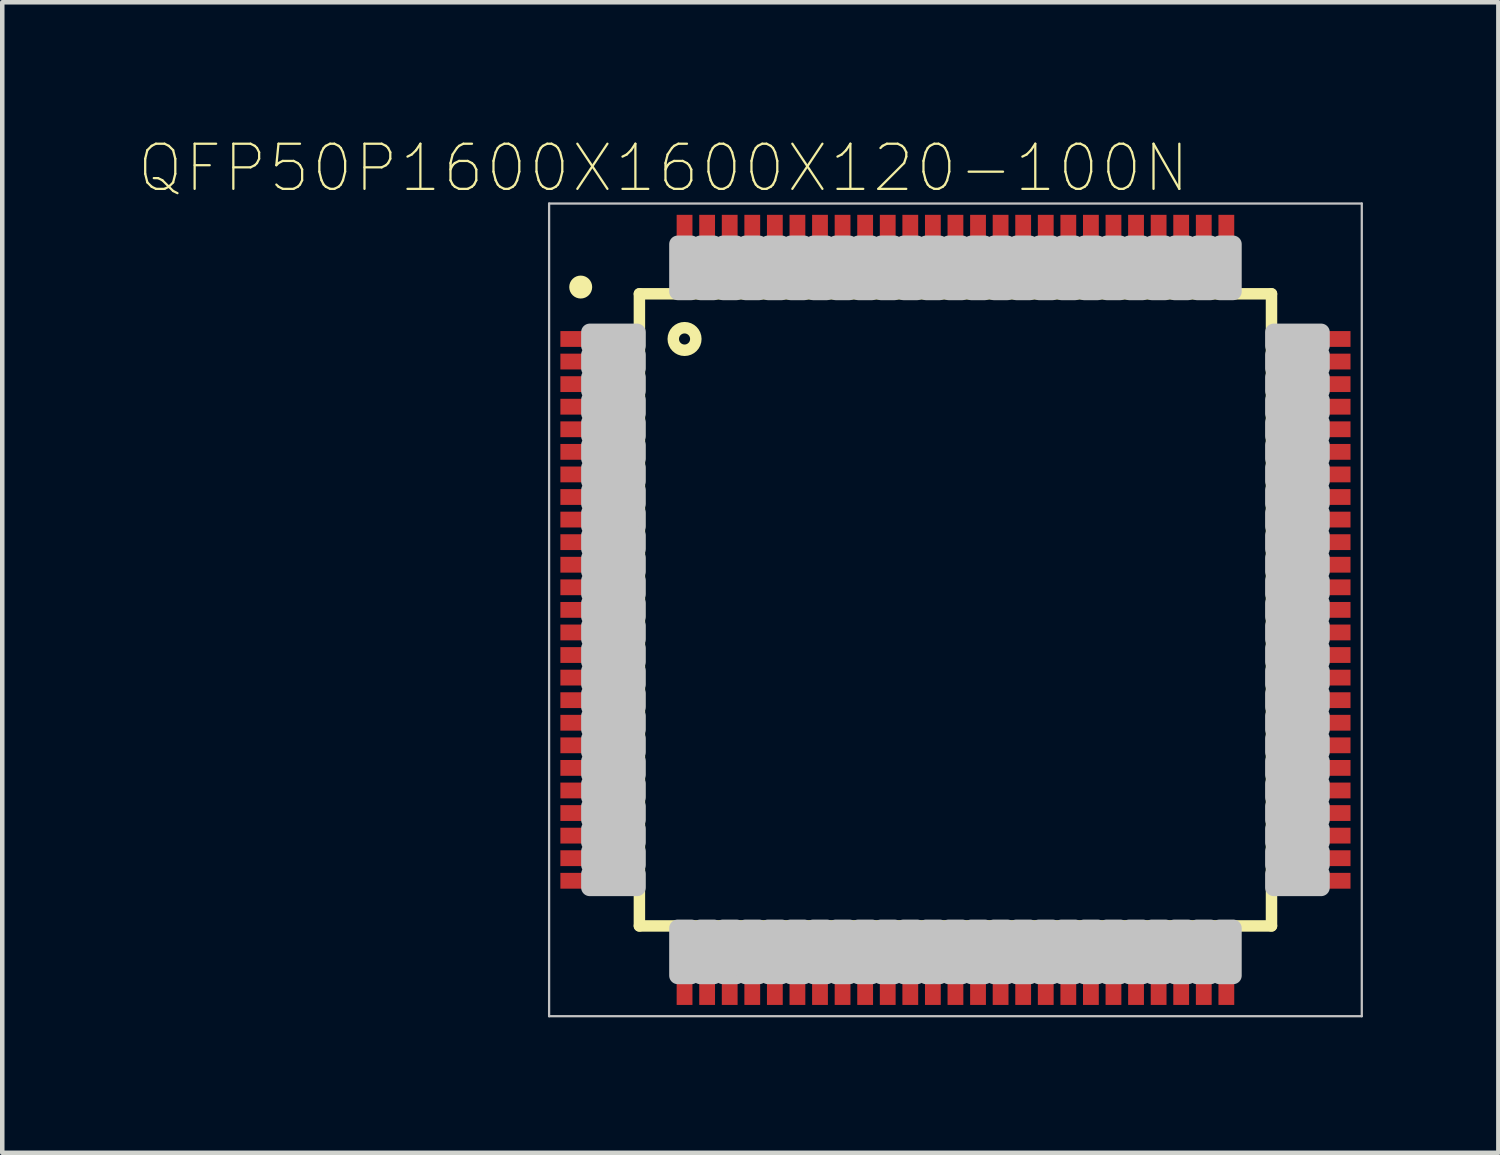
<source format=kicad_pcb>
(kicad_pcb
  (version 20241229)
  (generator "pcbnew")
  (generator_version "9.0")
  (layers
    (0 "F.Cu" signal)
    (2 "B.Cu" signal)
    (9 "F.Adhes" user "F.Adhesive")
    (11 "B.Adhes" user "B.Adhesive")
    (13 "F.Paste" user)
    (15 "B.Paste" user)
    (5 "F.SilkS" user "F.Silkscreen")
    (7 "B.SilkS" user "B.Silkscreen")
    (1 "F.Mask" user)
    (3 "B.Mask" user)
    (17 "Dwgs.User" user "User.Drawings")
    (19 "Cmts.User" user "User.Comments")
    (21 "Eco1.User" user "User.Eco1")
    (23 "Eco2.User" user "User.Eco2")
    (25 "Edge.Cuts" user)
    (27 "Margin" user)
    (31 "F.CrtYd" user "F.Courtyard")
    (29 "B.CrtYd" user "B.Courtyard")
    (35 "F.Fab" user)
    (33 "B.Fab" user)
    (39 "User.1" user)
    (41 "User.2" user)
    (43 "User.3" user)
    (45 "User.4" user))
  (footprint "QFP50P1600X1600X120-100N"
    (layer "F.Cu")
    (at 18.112 10.458)
    (property "Reference" "QFP50P1600X1600X120-100N" (at -6.47 -9.785 0) (layer "F.SilkS") (effects (font (size 1 1) (thickness 0.05))))
    (attr smd)
    (fp_line (start -7 -7) (end 7 -7) (stroke (width 0.254) (type solid)) (layer "F.SilkS"))
    (fp_line (start -7 7) (end -7 -7) (stroke (width 0.254) (type solid)) (layer "F.SilkS"))
    (fp_line (start 7 -7) (end 7 7) (stroke (width 0.254) (type solid)) (layer "F.SilkS"))
    (fp_line (start 7 7) (end -7 7) (stroke (width 0.254) (type solid)) (layer "F.SilkS"))
    (fp_circle (center -8.3 -7.15) (end -8.046 -7.15) (stroke (width 0) (type solid)) (fill yes) (layer "F.SilkS"))
    (fp_circle (center -6 -6) (end -5.75 -6) (stroke (width 0.254) (type solid)) (fill no) (layer "F.SilkS"))
    (fp_line (start -9 -9) (end 9 -9) (stroke (width 0.05) (type solid)) (layer "Dwgs.User"))
    (fp_line (start -9 9) (end -9 -9) (stroke (width 0.05) (type solid)) (layer "Dwgs.User"))
    (fp_line (start 9 -9) (end 9 9) (stroke (width 0.05) (type solid)) (layer "Dwgs.User"))
    (fp_line (start 9 9) (end -9 9) (stroke (width 0.05) (type solid)) (layer "Dwgs.User"))
    (fp_poly (pts (xy -8.1 -6.15) (xy -7.05 -6.15) (xy -7.05 -5.85) (xy -8.1 -5.85)) (stroke (width 0.381) (type solid)) (fill no) (layer "Dwgs.User"))
    (fp_poly (pts (xy -8.1 -5.65) (xy -7.05 -5.65) (xy -7.05 -5.35) (xy -8.1 -5.35)) (stroke (width 0.381) (type solid)) (fill no) (layer "Dwgs.User"))
    (fp_poly (pts (xy -8.1 -5.15) (xy -7.05 -5.15) (xy -7.05 -4.85) (xy -8.1 -4.85)) (stroke (width 0.381) (type solid)) (fill no) (layer "Dwgs.User"))
    (fp_poly (pts (xy -8.1 -4.65) (xy -7.05 -4.65) (xy -7.05 -4.35) (xy -8.1 -4.35)) (stroke (width 0.381) (type solid)) (fill no) (layer "Dwgs.User"))
    (fp_poly (pts (xy -8.1 -4.15) (xy -7.05 -4.15) (xy -7.05 -3.85) (xy -8.1 -3.85)) (stroke (width 0.381) (type solid)) (fill no) (layer "Dwgs.User"))
    (fp_poly (pts (xy -8.1 -3.65) (xy -7.05 -3.65) (xy -7.05 -3.35) (xy -8.1 -3.35)) (stroke (width 0.381) (type solid)) (fill no) (layer "Dwgs.User"))
    (fp_poly (pts (xy -8.1 -3.15) (xy -7.05 -3.15) (xy -7.05 -2.85) (xy -8.1 -2.85)) (stroke (width 0.381) (type solid)) (fill no) (layer "Dwgs.User"))
    (fp_poly (pts (xy -8.1 -2.65) (xy -7.05 -2.65) (xy -7.05 -2.35) (xy -8.1 -2.35)) (stroke (width 0.381) (type solid)) (fill no) (layer "Dwgs.User"))
    (fp_poly (pts (xy -8.1 -2.15) (xy -7.05 -2.15) (xy -7.05 -1.85) (xy -8.1 -1.85)) (stroke (width 0.381) (type solid)) (fill no) (layer "Dwgs.User"))
    (fp_poly (pts (xy -8.1 -1.65) (xy -7.05 -1.65) (xy -7.05 -1.35) (xy -8.1 -1.35)) (stroke (width 0.381) (type solid)) (fill no) (layer "Dwgs.User"))
    (fp_poly (pts (xy -8.1 -1.15) (xy -7.05 -1.15) (xy -7.05 -0.85) (xy -8.1 -0.85)) (stroke (width 0.381) (type solid)) (fill no) (layer "Dwgs.User"))
    (fp_poly (pts (xy -8.1 -0.65) (xy -7.05 -0.65) (xy -7.05 -0.35) (xy -8.1 -0.35)) (stroke (width 0.381) (type solid)) (fill no) (layer "Dwgs.User"))
    (fp_poly (pts (xy -8.1 -0.15) (xy -7.05 -0.15) (xy -7.05 0.15) (xy -8.1 0.15)) (stroke (width 0.381) (type solid)) (fill no) (layer "Dwgs.User"))
    (fp_poly (pts (xy -8.1 0.35) (xy -7.05 0.35) (xy -7.05 0.65) (xy -8.1 0.65)) (stroke (width 0.381) (type solid)) (fill no) (layer "Dwgs.User"))
    (fp_poly (pts (xy -8.1 0.85) (xy -7.05 0.85) (xy -7.05 1.15) (xy -8.1 1.15)) (stroke (width 0.381) (type solid)) (fill no) (layer "Dwgs.User"))
    (fp_poly (pts (xy -8.1 1.35) (xy -7.05 1.35) (xy -7.05 1.65) (xy -8.1 1.65)) (stroke (width 0.381) (type solid)) (fill no) (layer "Dwgs.User"))
    (fp_poly (pts (xy -8.1 1.85) (xy -7.05 1.85) (xy -7.05 2.15) (xy -8.1 2.15)) (stroke (width 0.381) (type solid)) (fill no) (layer "Dwgs.User"))
    (fp_poly (pts (xy -8.1 2.35) (xy -7.05 2.35) (xy -7.05 2.65) (xy -8.1 2.65)) (stroke (width 0.381) (type solid)) (fill no) (layer "Dwgs.User"))
    (fp_poly (pts (xy -8.1 2.85) (xy -7.05 2.85) (xy -7.05 3.15) (xy -8.1 3.15)) (stroke (width 0.381) (type solid)) (fill no) (layer "Dwgs.User"))
    (fp_poly (pts (xy -8.1 3.35) (xy -7.05 3.35) (xy -7.05 3.65) (xy -8.1 3.65)) (stroke (width 0.381) (type solid)) (fill no) (layer "Dwgs.User"))
    (fp_poly (pts (xy -8.1 3.85) (xy -7.05 3.85) (xy -7.05 4.15) (xy -8.1 4.15)) (stroke (width 0.381) (type solid)) (fill no) (layer "Dwgs.User"))
    (fp_poly (pts (xy -8.1 4.35) (xy -7.05 4.35) (xy -7.05 4.65) (xy -8.1 4.65)) (stroke (width 0.381) (type solid)) (fill no) (layer "Dwgs.User"))
    (fp_poly (pts (xy -8.1 4.85) (xy -7.05 4.85) (xy -7.05 5.15) (xy -8.1 5.15)) (stroke (width 0.381) (type solid)) (fill no) (layer "Dwgs.User"))
    (fp_poly (pts (xy -8.1 5.35) (xy -7.05 5.35) (xy -7.05 5.65) (xy -8.1 5.65)) (stroke (width 0.381) (type solid)) (fill no) (layer "Dwgs.User"))
    (fp_poly (pts (xy -8.1 5.85) (xy -7.05 5.85) (xy -7.05 6.15) (xy -8.1 6.15)) (stroke (width 0.381) (type solid)) (fill no) (layer "Dwgs.User"))
    (fp_poly (pts (xy -6.15 -8.1) (xy -5.85 -8.1) (xy -5.85 -7.05) (xy -6.15 -7.05)) (stroke (width 0.381) (type solid)) (fill no) (layer "Dwgs.User"))
    (fp_poly (pts (xy -6.15 7.05) (xy -5.85 7.05) (xy -5.85 8.1) (xy -6.15 8.1)) (stroke (width 0.381) (type solid)) (fill no) (layer "Dwgs.User"))
    (fp_poly (pts (xy -5.65 -8.1) (xy -5.35 -8.1) (xy -5.35 -7.05) (xy -5.65 -7.05)) (stroke (width 0.381) (type solid)) (fill no) (layer "Dwgs.User"))
    (fp_poly (pts (xy -5.65 7.05) (xy -5.35 7.05) (xy -5.35 8.1) (xy -5.65 8.1)) (stroke (width 0.381) (type solid)) (fill no) (layer "Dwgs.User"))
    (fp_poly (pts (xy -5.15 -8.1) (xy -4.85 -8.1) (xy -4.85 -7.05) (xy -5.15 -7.05)) (stroke (width 0.381) (type solid)) (fill no) (layer "Dwgs.User"))
    (fp_poly (pts (xy -5.15 7.05) (xy -4.85 7.05) (xy -4.85 8.1) (xy -5.15 8.1)) (stroke (width 0.381) (type solid)) (fill no) (layer "Dwgs.User"))
    (fp_poly (pts (xy -4.65 -8.1) (xy -4.35 -8.1) (xy -4.35 -7.05) (xy -4.65 -7.05)) (stroke (width 0.381) (type solid)) (fill no) (layer "Dwgs.User"))
    (fp_poly (pts (xy -4.65 7.05) (xy -4.35 7.05) (xy -4.35 8.1) (xy -4.65 8.1)) (stroke (width 0.381) (type solid)) (fill no) (layer "Dwgs.User"))
    (fp_poly (pts (xy -4.15 -8.1) (xy -3.85 -8.1) (xy -3.85 -7.05) (xy -4.15 -7.05)) (stroke (width 0.381) (type solid)) (fill no) (layer "Dwgs.User"))
    (fp_poly (pts (xy -4.15 7.05) (xy -3.85 7.05) (xy -3.85 8.1) (xy -4.15 8.1)) (stroke (width 0.381) (type solid)) (fill no) (layer "Dwgs.User"))
    (fp_poly (pts (xy -3.65 -8.1) (xy -3.35 -8.1) (xy -3.35 -7.05) (xy -3.65 -7.05)) (stroke (width 0.381) (type solid)) (fill no) (layer "Dwgs.User"))
    (fp_poly (pts (xy -3.65 7.05) (xy -3.35 7.05) (xy -3.35 8.1) (xy -3.65 8.1)) (stroke (width 0.381) (type solid)) (fill no) (layer "Dwgs.User"))
    (fp_poly (pts (xy -3.15 -8.1) (xy -2.85 -8.1) (xy -2.85 -7.05) (xy -3.15 -7.05)) (stroke (width 0.381) (type solid)) (fill no) (layer "Dwgs.User"))
    (fp_poly (pts (xy -3.15 7.05) (xy -2.85 7.05) (xy -2.85 8.1) (xy -3.15 8.1)) (stroke (width 0.381) (type solid)) (fill no) (layer "Dwgs.User"))
    (fp_poly (pts (xy -2.65 -8.1) (xy -2.35 -8.1) (xy -2.35 -7.05) (xy -2.65 -7.05)) (stroke (width 0.381) (type solid)) (fill no) (layer "Dwgs.User"))
    (fp_poly (pts (xy -2.65 7.05) (xy -2.35 7.05) (xy -2.35 8.1) (xy -2.65 8.1)) (stroke (width 0.381) (type solid)) (fill no) (layer "Dwgs.User"))
    (fp_poly (pts (xy -2.15 -8.1) (xy -1.85 -8.1) (xy -1.85 -7.05) (xy -2.15 -7.05)) (stroke (width 0.381) (type solid)) (fill no) (layer "Dwgs.User"))
    (fp_poly (pts (xy -2.15 7.05) (xy -1.85 7.05) (xy -1.85 8.1) (xy -2.15 8.1)) (stroke (width 0.381) (type solid)) (fill no) (layer "Dwgs.User"))
    (fp_poly (pts (xy -1.65 -8.1) (xy -1.35 -8.1) (xy -1.35 -7.05) (xy -1.65 -7.05)) (stroke (width 0.381) (type solid)) (fill no) (layer "Dwgs.User"))
    (fp_poly (pts (xy -1.65 7.05) (xy -1.35 7.05) (xy -1.35 8.1) (xy -1.65 8.1)) (stroke (width 0.381) (type solid)) (fill no) (layer "Dwgs.User"))
    (fp_poly (pts (xy -1.15 -8.1) (xy -0.85 -8.1) (xy -0.85 -7.05) (xy -1.15 -7.05)) (stroke (width 0.381) (type solid)) (fill no) (layer "Dwgs.User"))
    (fp_poly (pts (xy -1.15 7.05) (xy -0.85 7.05) (xy -0.85 8.1) (xy -1.15 8.1)) (stroke (width 0.381) (type solid)) (fill no) (layer "Dwgs.User"))
    (fp_poly (pts (xy -0.65 -8.1) (xy -0.35 -8.1) (xy -0.35 -7.05) (xy -0.65 -7.05)) (stroke (width 0.381) (type solid)) (fill no) (layer "Dwgs.User"))
    (fp_poly (pts (xy -0.65 7.05) (xy -0.35 7.05) (xy -0.35 8.1) (xy -0.65 8.1)) (stroke (width 0.381) (type solid)) (fill no) (layer "Dwgs.User"))
    (fp_poly (pts (xy -0.15 -8.1) (xy 0.15 -8.1) (xy 0.15 -7.05) (xy -0.15 -7.05)) (stroke (width 0.381) (type solid)) (fill no) (layer "Dwgs.User"))
    (fp_poly (pts (xy -0.15 7.05) (xy 0.15 7.05) (xy 0.15 8.1) (xy -0.15 8.1)) (stroke (width 0.381) (type solid)) (fill no) (layer "Dwgs.User"))
    (fp_poly (pts (xy 0.35 -8.1) (xy 0.65 -8.1) (xy 0.65 -7.05) (xy 0.35 -7.05)) (stroke (width 0.381) (type solid)) (fill no) (layer "Dwgs.User"))
    (fp_poly (pts (xy 0.35 7.05) (xy 0.65 7.05) (xy 0.65 8.1) (xy 0.35 8.1)) (stroke (width 0.381) (type solid)) (fill no) (layer "Dwgs.User"))
    (fp_poly (pts (xy 0.85 -8.1) (xy 1.15 -8.1) (xy 1.15 -7.05) (xy 0.85 -7.05)) (stroke (width 0.381) (type solid)) (fill no) (layer "Dwgs.User"))
    (fp_poly (pts (xy 0.85 7.05) (xy 1.15 7.05) (xy 1.15 8.1) (xy 0.85 8.1)) (stroke (width 0.381) (type solid)) (fill no) (layer "Dwgs.User"))
    (fp_poly (pts (xy 1.35 -8.1) (xy 1.65 -8.1) (xy 1.65 -7.05) (xy 1.35 -7.05)) (stroke (width 0.381) (type solid)) (fill no) (layer "Dwgs.User"))
    (fp_poly (pts (xy 1.35 7.05) (xy 1.65 7.05) (xy 1.65 8.1) (xy 1.35 8.1)) (stroke (width 0.381) (type solid)) (fill no) (layer "Dwgs.User"))
    (fp_poly (pts (xy 1.85 -8.1) (xy 2.15 -8.1) (xy 2.15 -7.05) (xy 1.85 -7.05)) (stroke (width 0.381) (type solid)) (fill no) (layer "Dwgs.User"))
    (fp_poly (pts (xy 1.85 7.05) (xy 2.15 7.05) (xy 2.15 8.1) (xy 1.85 8.1)) (stroke (width 0.381) (type solid)) (fill no) (layer "Dwgs.User"))
    (fp_poly (pts (xy 2.35 -8.1) (xy 2.65 -8.1) (xy 2.65 -7.05) (xy 2.35 -7.05)) (stroke (width 0.381) (type solid)) (fill no) (layer "Dwgs.User"))
    (fp_poly (pts (xy 2.35 7.05) (xy 2.65 7.05) (xy 2.65 8.1) (xy 2.35 8.1)) (stroke (width 0.381) (type solid)) (fill no) (layer "Dwgs.User"))
    (fp_poly (pts (xy 2.85 -8.1) (xy 3.15 -8.1) (xy 3.15 -7.05) (xy 2.85 -7.05)) (stroke (width 0.381) (type solid)) (fill no) (layer "Dwgs.User"))
    (fp_poly (pts (xy 2.85 7.05) (xy 3.15 7.05) (xy 3.15 8.1) (xy 2.85 8.1)) (stroke (width 0.381) (type solid)) (fill no) (layer "Dwgs.User"))
    (fp_poly (pts (xy 3.35 -8.1) (xy 3.65 -8.1) (xy 3.65 -7.05) (xy 3.35 -7.05)) (stroke (width 0.381) (type solid)) (fill no) (layer "Dwgs.User"))
    (fp_poly (pts (xy 3.35 7.05) (xy 3.65 7.05) (xy 3.65 8.1) (xy 3.35 8.1)) (stroke (width 0.381) (type solid)) (fill no) (layer "Dwgs.User"))
    (fp_poly (pts (xy 3.85 -8.1) (xy 4.15 -8.1) (xy 4.15 -7.05) (xy 3.85 -7.05)) (stroke (width 0.381) (type solid)) (fill no) (layer "Dwgs.User"))
    (fp_poly (pts (xy 3.85 7.05) (xy 4.15 7.05) (xy 4.15 8.1) (xy 3.85 8.1)) (stroke (width 0.381) (type solid)) (fill no) (layer "Dwgs.User"))
    (fp_poly (pts (xy 4.35 -8.1) (xy 4.65 -8.1) (xy 4.65 -7.05) (xy 4.35 -7.05)) (stroke (width 0.381) (type solid)) (fill no) (layer "Dwgs.User"))
    (fp_poly (pts (xy 4.35 7.05) (xy 4.65 7.05) (xy 4.65 8.1) (xy 4.35 8.1)) (stroke (width 0.381) (type solid)) (fill no) (layer "Dwgs.User"))
    (fp_poly (pts (xy 4.85 -8.1) (xy 5.15 -8.1) (xy 5.15 -7.05) (xy 4.85 -7.05)) (stroke (width 0.381) (type solid)) (fill no) (layer "Dwgs.User"))
    (fp_poly (pts (xy 4.85 7.05) (xy 5.15 7.05) (xy 5.15 8.1) (xy 4.85 8.1)) (stroke (width 0.381) (type solid)) (fill no) (layer "Dwgs.User"))
    (fp_poly (pts (xy 5.35 -8.1) (xy 5.65 -8.1) (xy 5.65 -7.05) (xy 5.35 -7.05)) (stroke (width 0.381) (type solid)) (fill no) (layer "Dwgs.User"))
    (fp_poly (pts (xy 5.35 7.05) (xy 5.65 7.05) (xy 5.65 8.1) (xy 5.35 8.1)) (stroke (width 0.381) (type solid)) (fill no) (layer "Dwgs.User"))
    (fp_poly (pts (xy 5.85 -8.1) (xy 6.15 -8.1) (xy 6.15 -7.05) (xy 5.85 -7.05)) (stroke (width 0.381) (type solid)) (fill no) (layer "Dwgs.User"))
    (fp_poly (pts (xy 5.85 7.05) (xy 6.15 7.05) (xy 6.15 8.1) (xy 5.85 8.1)) (stroke (width 0.381) (type solid)) (fill no) (layer "Dwgs.User"))
    (fp_poly (pts (xy 7.05 -6.15) (xy 8.1 -6.15) (xy 8.1 -5.85) (xy 7.05 -5.85)) (stroke (width 0.381) (type solid)) (fill no) (layer "Dwgs.User"))
    (fp_poly (pts (xy 7.05 -5.65) (xy 8.1 -5.65) (xy 8.1 -5.35) (xy 7.05 -5.35)) (stroke (width 0.381) (type solid)) (fill no) (layer "Dwgs.User"))
    (fp_poly (pts (xy 7.05 -5.15) (xy 8.1 -5.15) (xy 8.1 -4.85) (xy 7.05 -4.85)) (stroke (width 0.381) (type solid)) (fill no) (layer "Dwgs.User"))
    (fp_poly (pts (xy 7.05 -4.65) (xy 8.1 -4.65) (xy 8.1 -4.35) (xy 7.05 -4.35)) (stroke (width 0.381) (type solid)) (fill no) (layer "Dwgs.User"))
    (fp_poly (pts (xy 7.05 -4.15) (xy 8.1 -4.15) (xy 8.1 -3.85) (xy 7.05 -3.85)) (stroke (width 0.381) (type solid)) (fill no) (layer "Dwgs.User"))
    (fp_poly (pts (xy 7.05 -3.65) (xy 8.1 -3.65) (xy 8.1 -3.35) (xy 7.05 -3.35)) (stroke (width 0.381) (type solid)) (fill no) (layer "Dwgs.User"))
    (fp_poly (pts (xy 7.05 -3.15) (xy 8.1 -3.15) (xy 8.1 -2.85) (xy 7.05 -2.85)) (stroke (width 0.381) (type solid)) (fill no) (layer "Dwgs.User"))
    (fp_poly (pts (xy 7.05 -2.65) (xy 8.1 -2.65) (xy 8.1 -2.35) (xy 7.05 -2.35)) (stroke (width 0.381) (type solid)) (fill no) (layer "Dwgs.User"))
    (fp_poly (pts (xy 7.05 -2.15) (xy 8.1 -2.15) (xy 8.1 -1.85) (xy 7.05 -1.85)) (stroke (width 0.381) (type solid)) (fill no) (layer "Dwgs.User"))
    (fp_poly (pts (xy 7.05 -1.65) (xy 8.1 -1.65) (xy 8.1 -1.35) (xy 7.05 -1.35)) (stroke (width 0.381) (type solid)) (fill no) (layer "Dwgs.User"))
    (fp_poly (pts (xy 7.05 -1.15) (xy 8.1 -1.15) (xy 8.1 -0.85) (xy 7.05 -0.85)) (stroke (width 0.381) (type solid)) (fill no) (layer "Dwgs.User"))
    (fp_poly (pts (xy 7.05 -0.65) (xy 8.1 -0.65) (xy 8.1 -0.35) (xy 7.05 -0.35)) (stroke (width 0.381) (type solid)) (fill no) (layer "Dwgs.User"))
    (fp_poly (pts (xy 7.05 -0.15) (xy 8.1 -0.15) (xy 8.1 0.15) (xy 7.05 0.15)) (stroke (width 0.381) (type solid)) (fill no) (layer "Dwgs.User"))
    (fp_poly (pts (xy 7.05 0.35) (xy 8.1 0.35) (xy 8.1 0.65) (xy 7.05 0.65)) (stroke (width 0.381) (type solid)) (fill no) (layer "Dwgs.User"))
    (fp_poly (pts (xy 7.05 0.85) (xy 8.1 0.85) (xy 8.1 1.15) (xy 7.05 1.15)) (stroke (width 0.381) (type solid)) (fill no) (layer "Dwgs.User"))
    (fp_poly (pts (xy 7.05 1.35) (xy 8.1 1.35) (xy 8.1 1.65) (xy 7.05 1.65)) (stroke (width 0.381) (type solid)) (fill no) (layer "Dwgs.User"))
    (fp_poly (pts (xy 7.05 1.85) (xy 8.1 1.85) (xy 8.1 2.15) (xy 7.05 2.15)) (stroke (width 0.381) (type solid)) (fill no) (layer "Dwgs.User"))
    (fp_poly (pts (xy 7.05 2.35) (xy 8.1 2.35) (xy 8.1 2.65) (xy 7.05 2.65)) (stroke (width 0.381) (type solid)) (fill no) (layer "Dwgs.User"))
    (fp_poly (pts (xy 7.05 2.85) (xy 8.1 2.85) (xy 8.1 3.15) (xy 7.05 3.15)) (stroke (width 0.381) (type solid)) (fill no) (layer "Dwgs.User"))
    (fp_poly (pts (xy 7.05 3.35) (xy 8.1 3.35) (xy 8.1 3.65) (xy 7.05 3.65)) (stroke (width 0.381) (type solid)) (fill no) (layer "Dwgs.User"))
    (fp_poly (pts (xy 7.05 3.85) (xy 8.1 3.85) (xy 8.1 4.15) (xy 7.05 4.15)) (stroke (width 0.381) (type solid)) (fill no) (layer "Dwgs.User"))
    (fp_poly (pts (xy 7.05 4.35) (xy 8.1 4.35) (xy 8.1 4.65) (xy 7.05 4.65)) (stroke (width 0.381) (type solid)) (fill no) (layer "Dwgs.User"))
    (fp_poly (pts (xy 7.05 4.85) (xy 8.1 4.85) (xy 8.1 5.15) (xy 7.05 5.15)) (stroke (width 0.381) (type solid)) (fill no) (layer "Dwgs.User"))
    (fp_poly (pts (xy 7.05 5.35) (xy 8.1 5.35) (xy 8.1 5.65) (xy 7.05 5.65)) (stroke (width 0.381) (type solid)) (fill no) (layer "Dwgs.User"))
    (fp_poly (pts (xy 7.05 5.85) (xy 8.1 5.85) (xy 8.1 6.15) (xy 7.05 6.15)) (stroke (width 0.381) (type solid)) (fill no) (layer "Dwgs.User"))
    (pad "1" smd rect (at -8 -6) (size 1.5 0.35) (layers "F.Cu" "F.Mask" "F.Paste"))
    (pad "2" smd rect (at -8 -5.5) (size 1.5 0.35) (layers "F.Cu" "F.Mask" "F.Paste"))
    (pad "3" smd rect (at -8 -5) (size 1.5 0.35) (layers "F.Cu" "F.Mask" "F.Paste"))
    (pad "4" smd rect (at -8 -4.5) (size 1.5 0.35) (layers "F.Cu" "F.Mask" "F.Paste"))
    (pad "5" smd rect (at -8 -4) (size 1.5 0.35) (layers "F.Cu" "F.Mask" "F.Paste"))
    (pad "6" smd rect (at -8 -3.5) (size 1.5 0.35) (layers "F.Cu" "F.Mask" "F.Paste"))
    (pad "7" smd rect (at -8 -3) (size 1.5 0.35) (layers "F.Cu" "F.Mask" "F.Paste"))
    (pad "8" smd rect (at -8 -2.5) (size 1.5 0.35) (layers "F.Cu" "F.Mask" "F.Paste"))
    (pad "9" smd rect (at -8 -2) (size 1.5 0.35) (layers "F.Cu" "F.Mask" "F.Paste"))
    (pad "10" smd rect (at -8 -1.5) (size 1.5 0.35) (layers "F.Cu" "F.Mask" "F.Paste"))
    (pad "11" smd rect (at -8 -1) (size 1.5 0.35) (layers "F.Cu" "F.Mask" "F.Paste"))
    (pad "12" smd rect (at -8 -0.5) (size 1.5 0.35) (layers "F.Cu" "F.Mask" "F.Paste"))
    (pad "13" smd rect (at -8 0) (size 1.5 0.35) (layers "F.Cu" "F.Mask" "F.Paste"))
    (pad "14" smd rect (at -8 0.5) (size 1.5 0.35) (layers "F.Cu" "F.Mask" "F.Paste"))
    (pad "15" smd rect (at -8 1) (size 1.5 0.35) (layers "F.Cu" "F.Mask" "F.Paste"))
    (pad "16" smd rect (at -8 1.5) (size 1.5 0.35) (layers "F.Cu" "F.Mask" "F.Paste"))
    (pad "17" smd rect (at -8 2) (size 1.5 0.35) (layers "F.Cu" "F.Mask" "F.Paste"))
    (pad "18" smd rect (at -8 2.5) (size 1.5 0.35) (layers "F.Cu" "F.Mask" "F.Paste"))
    (pad "19" smd rect (at -8 3) (size 1.5 0.35) (layers "F.Cu" "F.Mask" "F.Paste"))
    (pad "20" smd rect (at -8 3.5) (size 1.5 0.35) (layers "F.Cu" "F.Mask" "F.Paste"))
    (pad "21" smd rect (at -8 4) (size 1.5 0.35) (layers "F.Cu" "F.Mask" "F.Paste"))
    (pad "22" smd rect (at -8 4.5) (size 1.5 0.35) (layers "F.Cu" "F.Mask" "F.Paste"))
    (pad "23" smd rect (at -8 5) (size 1.5 0.35) (layers "F.Cu" "F.Mask" "F.Paste"))
    (pad "24" smd rect (at -8 5.5) (size 1.5 0.35) (layers "F.Cu" "F.Mask" "F.Paste"))
    (pad "25" smd rect (at -8 6) (size 1.5 0.35) (layers "F.Cu" "F.Mask" "F.Paste"))
    (pad "26" smd rect (at -6 8) (size 0.35 1.5) (layers "F.Cu" "F.Mask" "F.Paste"))
    (pad "27" smd rect (at -5.5 8) (size 0.35 1.5) (layers "F.Cu" "F.Mask" "F.Paste"))
    (pad "28" smd rect (at -5 8) (size 0.35 1.5) (layers "F.Cu" "F.Mask" "F.Paste"))
    (pad "29" smd rect (at -4.5 8) (size 0.35 1.5) (layers "F.Cu" "F.Mask" "F.Paste"))
    (pad "30" smd rect (at -4 8) (size 0.35 1.5) (layers "F.Cu" "F.Mask" "F.Paste"))
    (pad "31" smd rect (at -3.5 8) (size 0.35 1.5) (layers "F.Cu" "F.Mask" "F.Paste"))
    (pad "32" smd rect (at -3 8) (size 0.35 1.5) (layers "F.Cu" "F.Mask" "F.Paste"))
    (pad "33" smd rect (at -2.5 8) (size 0.35 1.5) (layers "F.Cu" "F.Mask" "F.Paste"))
    (pad "34" smd rect (at -2 8) (size 0.35 1.5) (layers "F.Cu" "F.Mask" "F.Paste"))
    (pad "35" smd rect (at -1.5 8) (size 0.35 1.5) (layers "F.Cu" "F.Mask" "F.Paste"))
    (pad "36" smd rect (at -1 8) (size 0.35 1.5) (layers "F.Cu" "F.Mask" "F.Paste"))
    (pad "37" smd rect (at -0.5 8) (size 0.35 1.5) (layers "F.Cu" "F.Mask" "F.Paste"))
    (pad "38" smd rect (at 0 8) (size 0.35 1.5) (layers "F.Cu" "F.Mask" "F.Paste"))
    (pad "39" smd rect (at 0.5 8) (size 0.35 1.5) (layers "F.Cu" "F.Mask" "F.Paste"))
    (pad "40" smd rect (at 1 8) (size 0.35 1.5) (layers "F.Cu" "F.Mask" "F.Paste"))
    (pad "41" smd rect (at 1.5 8) (size 0.35 1.5) (layers "F.Cu" "F.Mask" "F.Paste"))
    (pad "42" smd rect (at 2 8) (size 0.35 1.5) (layers "F.Cu" "F.Mask" "F.Paste"))
    (pad "43" smd rect (at 2.5 8) (size 0.35 1.5) (layers "F.Cu" "F.Mask" "F.Paste"))
    (pad "44" smd rect (at 3 8) (size 0.35 1.5) (layers "F.Cu" "F.Mask" "F.Paste"))
    (pad "45" smd rect (at 3.5 8) (size 0.35 1.5) (layers "F.Cu" "F.Mask" "F.Paste"))
    (pad "46" smd rect (at 4 8) (size 0.35 1.5) (layers "F.Cu" "F.Mask" "F.Paste"))
    (pad "47" smd rect (at 4.5 8) (size 0.35 1.5) (layers "F.Cu" "F.Mask" "F.Paste"))
    (pad "48" smd rect (at 5 8) (size 0.35 1.5) (layers "F.Cu" "F.Mask" "F.Paste"))
    (pad "49" smd rect (at 5.5 8) (size 0.35 1.5) (layers "F.Cu" "F.Mask" "F.Paste"))
    (pad "50" smd rect (at 6 8) (size 0.35 1.5) (layers "F.Cu" "F.Mask" "F.Paste"))
    (pad "51" smd rect (at 8 6) (size 1.5 0.35) (layers "F.Cu" "F.Mask" "F.Paste"))
    (pad "52" smd rect (at 8 5.5) (size 1.5 0.35) (layers "F.Cu" "F.Mask" "F.Paste"))
    (pad "53" smd rect (at 8 5) (size 1.5 0.35) (layers "F.Cu" "F.Mask" "F.Paste"))
    (pad "54" smd rect (at 8 4.5) (size 1.5 0.35) (layers "F.Cu" "F.Mask" "F.Paste"))
    (pad "55" smd rect (at 8 4) (size 1.5 0.35) (layers "F.Cu" "F.Mask" "F.Paste"))
    (pad "56" smd rect (at 8 3.5) (size 1.5 0.35) (layers "F.Cu" "F.Mask" "F.Paste"))
    (pad "57" smd rect (at 8 3) (size 1.5 0.35) (layers "F.Cu" "F.Mask" "F.Paste"))
    (pad "58" smd rect (at 8 2.5) (size 1.5 0.35) (layers "F.Cu" "F.Mask" "F.Paste"))
    (pad "59" smd rect (at 8 2) (size 1.5 0.35) (layers "F.Cu" "F.Mask" "F.Paste"))
    (pad "60" smd rect (at 8 1.5) (size 1.5 0.35) (layers "F.Cu" "F.Mask" "F.Paste"))
    (pad "61" smd rect (at 8 1) (size 1.5 0.35) (layers "F.Cu" "F.Mask" "F.Paste"))
    (pad "62" smd rect (at 8 0.5) (size 1.5 0.35) (layers "F.Cu" "F.Mask" "F.Paste"))
    (pad "63" smd rect (at 8 0) (size 1.5 0.35) (layers "F.Cu" "F.Mask" "F.Paste"))
    (pad "64" smd rect (at 8 -0.5) (size 1.5 0.35) (layers "F.Cu" "F.Mask" "F.Paste"))
    (pad "65" smd rect (at 8 -1) (size 1.5 0.35) (layers "F.Cu" "F.Mask" "F.Paste"))
    (pad "66" smd rect (at 8 -1.5) (size 1.5 0.35) (layers "F.Cu" "F.Mask" "F.Paste"))
    (pad "67" smd rect (at 8 -2) (size 1.5 0.35) (layers "F.Cu" "F.Mask" "F.Paste"))
    (pad "68" smd rect (at 8 -2.5) (size 1.5 0.35) (layers "F.Cu" "F.Mask" "F.Paste"))
    (pad "69" smd rect (at 8 -3) (size 1.5 0.35) (layers "F.Cu" "F.Mask" "F.Paste"))
    (pad "70" smd rect (at 8 -3.5) (size 1.5 0.35) (layers "F.Cu" "F.Mask" "F.Paste"))
    (pad "71" smd rect (at 8 -4) (size 1.5 0.35) (layers "F.Cu" "F.Mask" "F.Paste"))
    (pad "72" smd rect (at 8 -4.5) (size 1.5 0.35) (layers "F.Cu" "F.Mask" "F.Paste"))
    (pad "73" smd rect (at 8 -5) (size 1.5 0.35) (layers "F.Cu" "F.Mask" "F.Paste"))
    (pad "74" smd rect (at 8 -5.5) (size 1.5 0.35) (layers "F.Cu" "F.Mask" "F.Paste"))
    (pad "75" smd rect (at 8 -6) (size 1.5 0.35) (layers "F.Cu" "F.Mask" "F.Paste"))
    (pad "76" smd rect (at 6 -8) (size 0.35 1.5) (layers "F.Cu" "F.Mask" "F.Paste"))
    (pad "77" smd rect (at 5.5 -8) (size 0.35 1.5) (layers "F.Cu" "F.Mask" "F.Paste"))
    (pad "78" smd rect (at 5 -8) (size 0.35 1.5) (layers "F.Cu" "F.Mask" "F.Paste"))
    (pad "79" smd rect (at 4.5 -8) (size 0.35 1.5) (layers "F.Cu" "F.Mask" "F.Paste"))
    (pad "80" smd rect (at 4 -8) (size 0.35 1.5) (layers "F.Cu" "F.Mask" "F.Paste"))
    (pad "81" smd rect (at 3.5 -8) (size 0.35 1.5) (layers "F.Cu" "F.Mask" "F.Paste"))
    (pad "82" smd rect (at 3 -8) (size 0.35 1.5) (layers "F.Cu" "F.Mask" "F.Paste"))
    (pad "83" smd rect (at 2.5 -8) (size 0.35 1.5) (layers "F.Cu" "F.Mask" "F.Paste"))
    (pad "84" smd rect (at 2 -8) (size 0.35 1.5) (layers "F.Cu" "F.Mask" "F.Paste"))
    (pad "85" smd rect (at 1.5 -8) (size 0.35 1.5) (layers "F.Cu" "F.Mask" "F.Paste"))
    (pad "86" smd rect (at 1 -8) (size 0.35 1.5) (layers "F.Cu" "F.Mask" "F.Paste"))
    (pad "87" smd rect (at 0.5 -8) (size 0.35 1.5) (layers "F.Cu" "F.Mask" "F.Paste"))
    (pad "88" smd rect (at 0 -8) (size 0.35 1.5) (layers "F.Cu" "F.Mask" "F.Paste"))
    (pad "89" smd rect (at -0.5 -8) (size 0.35 1.5) (layers "F.Cu" "F.Mask" "F.Paste"))
    (pad "90" smd rect (at -1 -8) (size 0.35 1.5) (layers "F.Cu" "F.Mask" "F.Paste"))
    (pad "91" smd rect (at -1.5 -8) (size 0.35 1.5) (layers "F.Cu" "F.Mask" "F.Paste"))
    (pad "92" smd rect (at -2 -8) (size 0.35 1.5) (layers "F.Cu" "F.Mask" "F.Paste"))
    (pad "93" smd rect (at -2.5 -8) (size 0.35 1.5) (layers "F.Cu" "F.Mask" "F.Paste"))
    (pad "94" smd rect (at -3 -8) (size 0.35 1.5) (layers "F.Cu" "F.Mask" "F.Paste"))
    (pad "95" smd rect (at -3.5 -8) (size 0.35 1.5) (layers "F.Cu" "F.Mask" "F.Paste"))
    (pad "96" smd rect (at -4 -8) (size 0.35 1.5) (layers "F.Cu" "F.Mask" "F.Paste"))
    (pad "97" smd rect (at -4.5 -8) (size 0.35 1.5) (layers "F.Cu" "F.Mask" "F.Paste"))
    (pad "98" smd rect (at -5 -8) (size 0.35 1.5) (layers "F.Cu" "F.Mask" "F.Paste"))
    (pad "99" smd rect (at -5.5 -8) (size 0.35 1.5) (layers "F.Cu" "F.Mask" "F.Paste"))
    (pad "100" smd rect (at -6 -8) (size 0.35 1.5) (layers "F.Cu" "F.Mask" "F.Paste")))
  (gr_rect
    (start -3 -3)
    (end 30.137 22.483)
    (stroke (width 0.1) (type default))
    (fill no)
    (layer "Edge.Cuts")))
</source>
